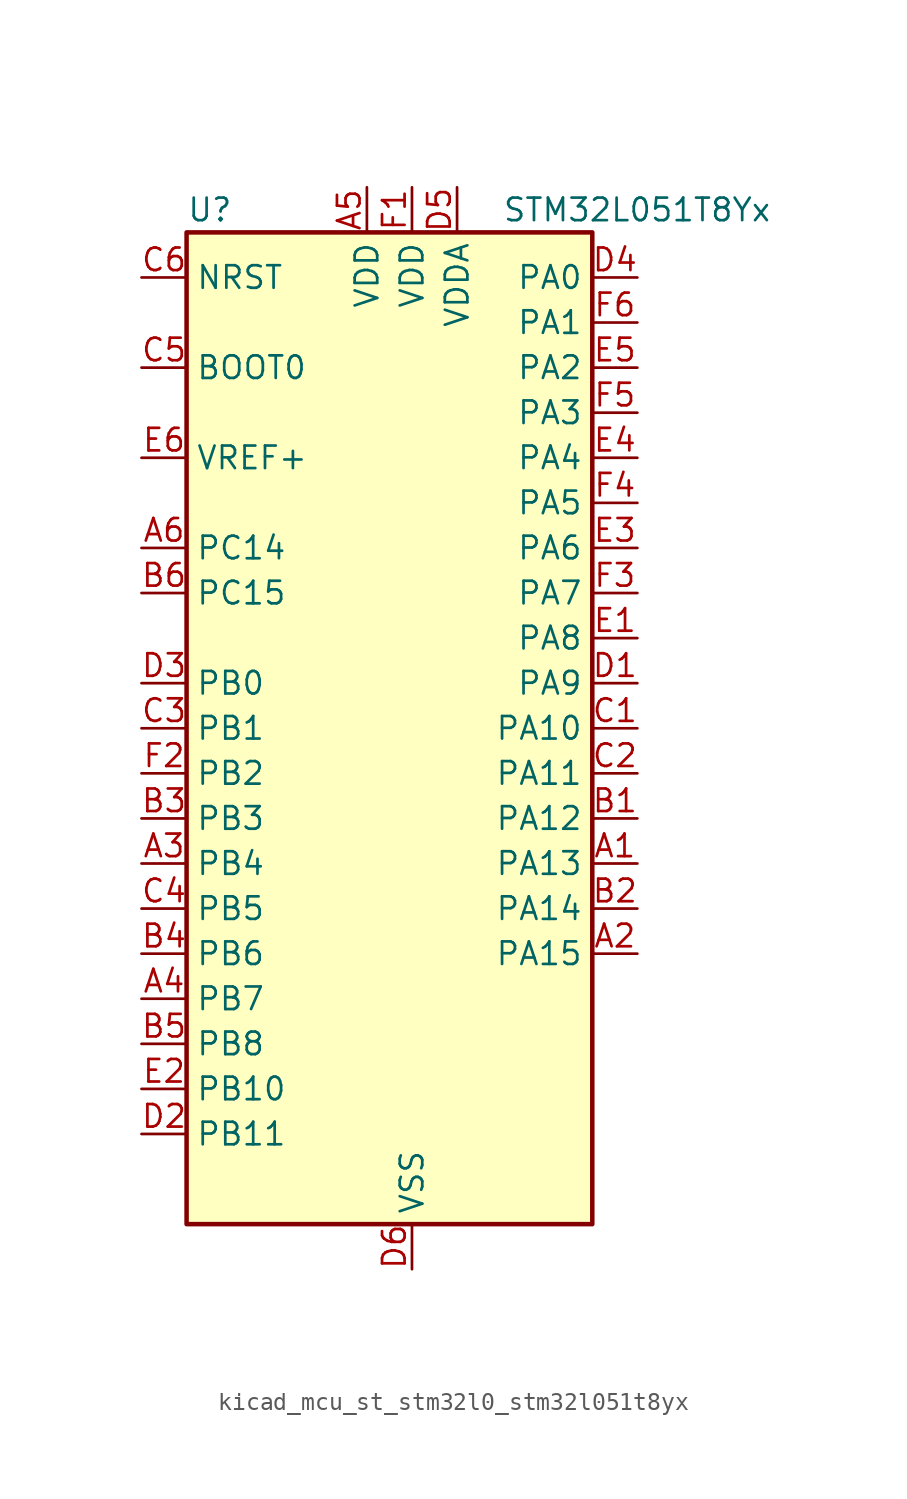
<source format=kicad_sym>
(kicad_symbol_lib
  (version 20220914)
  (generator kicad_symbol_editor)
  (symbol "kicad_mcu_st_stm32l0_stm32l051t8yx"
    (property "Reference" "U"
      (at -10.16 29.21 0)
      (effects (font (size 1.27 1.27)) (justify left)))
    (property "Value" "STM32L051T8Yx"
      (at 7.62 29.21 0)
      (effects (font (size 1.27 1.27)) (justify left)))
    (property "ki_locked" ""
      (at 0 0 0)
      (effects (font (size 1.27 1.27))))
    (symbol "kicad_mcu_st_stm32l0_stm32l051t8yx_0_1"
      (rectangle (start -10.16 -27.94) (end 12.7 27.94) (stroke (width 0.254) (type default)) (fill (type background))))
    (symbol "kicad_mcu_st_stm32l0_stm32l051t8yx_1_1"
      (pin bidirectional line (at 15.24 -7.62 180) (length 2.54) (name "PA13" (effects (font (size 1.27 1.27)))) (number "A1" (effects (font (size 1.27 1.27)))) (alternate "SYS_SWDIO" bidirectional line))
      (pin bidirectional line (at 15.24 -12.7 180) (length 2.54) (name "PA15" (effects (font (size 1.27 1.27)))) (number "A2" (effects (font (size 1.27 1.27)))) (alternate "SPI1_NSS" bidirectional line) (alternate "TIM2_CH1" bidirectional line) (alternate "TIM2_ETR" bidirectional line) (alternate "USART2_RX" bidirectional line))
      (pin bidirectional line (at -12.7 -7.62 0) (length 2.54) (name "PB4" (effects (font (size 1.27 1.27)))) (number "A3" (effects (font (size 1.27 1.27)))) (alternate "COMP2_INP" bidirectional line) (alternate "SPI1_MISO" bidirectional line) (alternate "TIM22_CH1" bidirectional line))
      (pin bidirectional line (at -12.7 -15.24 0) (length 2.54) (name "PB7" (effects (font (size 1.27 1.27)))) (number "A4" (effects (font (size 1.27 1.27)))) (alternate "COMP2_INP" bidirectional line) (alternate "I2C1_SDA" bidirectional line) (alternate "LPTIM1_IN2" bidirectional line) (alternate "SYS_PVD_IN" bidirectional line) (alternate "USART1_RX" bidirectional line))
      (pin power_in line (at 0 30.48 270) (length 2.54) (name "VDD" (effects (font (size 1.27 1.27)))) (number "A5" (effects (font (size 1.27 1.27)))))
      (pin bidirectional line (at -12.7 10.16 0) (length 2.54) (name "PC14" (effects (font (size 1.27 1.27)))) (number "A6" (effects (font (size 1.27 1.27)))) (alternate "RCC_OSC32_IN" bidirectional line))
      (pin bidirectional line (at 15.24 -5.08 180) (length 2.54) (name "PA12" (effects (font (size 1.27 1.27)))) (number "B1" (effects (font (size 1.27 1.27)))) (alternate "COMP2_OUT" bidirectional line) (alternate "SPI1_MOSI" bidirectional line) (alternate "USART1_DE" bidirectional line) (alternate "USART1_RTS" bidirectional line))
      (pin bidirectional line (at 15.24 -10.16 180) (length 2.54) (name "PA14" (effects (font (size 1.27 1.27)))) (number "B2" (effects (font (size 1.27 1.27)))) (alternate "SYS_SWCLK" bidirectional line) (alternate "USART2_TX" bidirectional line))
      (pin bidirectional line (at -12.7 -5.08 0) (length 2.54) (name "PB3" (effects (font (size 1.27 1.27)))) (number "B3" (effects (font (size 1.27 1.27)))) (alternate "COMP2_INM" bidirectional line) (alternate "SPI1_SCK" bidirectional line) (alternate "TIM2_CH2" bidirectional line))
      (pin bidirectional line (at -12.7 -12.7 0) (length 2.54) (name "PB6" (effects (font (size 1.27 1.27)))) (number "B4" (effects (font (size 1.27 1.27)))) (alternate "COMP2_INP" bidirectional line) (alternate "I2C1_SCL" bidirectional line) (alternate "LPTIM1_ETR" bidirectional line) (alternate "USART1_TX" bidirectional line))
      (pin bidirectional line (at -12.7 -17.78 0) (length 2.54) (name "PB8" (effects (font (size 1.27 1.27)))) (number "B5" (effects (font (size 1.27 1.27)))) (alternate "I2C1_SCL" bidirectional line))
      (pin bidirectional line (at -12.7 7.62 0) (length 2.54) (name "PC15" (effects (font (size 1.27 1.27)))) (number "B6" (effects (font (size 1.27 1.27)))) (alternate "RCC_OSC32_OUT" bidirectional line))
      (pin bidirectional line (at 15.24 0 180) (length 2.54) (name "PA10" (effects (font (size 1.27 1.27)))) (number "C1" (effects (font (size 1.27 1.27)))) (alternate "USART1_RX" bidirectional line))
      (pin bidirectional line (at 15.24 -2.54 180) (length 2.54) (name "PA11" (effects (font (size 1.27 1.27)))) (number "C2" (effects (font (size 1.27 1.27)))) (alternate "ADC_EXTI11" bidirectional line) (alternate "COMP1_OUT" bidirectional line) (alternate "SPI1_MISO" bidirectional line) (alternate "USART1_CTS" bidirectional line))
      (pin bidirectional line (at -12.7 0 0) (length 2.54) (name "PB1" (effects (font (size 1.27 1.27)))) (number "C3" (effects (font (size 1.27 1.27)))) (alternate "ADC_IN9" bidirectional line) (alternate "LPUART1_DE" bidirectional line) (alternate "LPUART1_RTS" bidirectional line) (alternate "SYS_VREF_OUT_PB1" bidirectional line))
      (pin bidirectional line (at -12.7 -10.16 0) (length 2.54) (name "PB5" (effects (font (size 1.27 1.27)))) (number "C4" (effects (font (size 1.27 1.27)))) (alternate "COMP2_INP" bidirectional line) (alternate "I2C1_SMBA" bidirectional line) (alternate "LPTIM1_IN1" bidirectional line) (alternate "SPI1_MOSI" bidirectional line) (alternate "TIM22_CH2" bidirectional line))
      (pin input line (at -12.7 20.32 0) (length 2.54) (name "BOOT0" (effects (font (size 1.27 1.27)))) (number "C5" (effects (font (size 1.27 1.27)))))
      (pin input line (at -12.7 25.4 0) (length 2.54) (name "NRST" (effects (font (size 1.27 1.27)))) (number "C6" (effects (font (size 1.27 1.27)))))
      (pin bidirectional line (at 15.24 2.54 180) (length 2.54) (name "PA9" (effects (font (size 1.27 1.27)))) (number "D1" (effects (font (size 1.27 1.27)))) (alternate "RCC_MCO" bidirectional line) (alternate "USART1_TX" bidirectional line))
      (pin bidirectional line (at -12.7 -22.86 0) (length 2.54) (name "PB11" (effects (font (size 1.27 1.27)))) (number "D2" (effects (font (size 1.27 1.27)))) (alternate "ADC_EXTI11" bidirectional line) (alternate "I2C2_SDA" bidirectional line) (alternate "LPUART1_RX" bidirectional line) (alternate "TIM2_CH4" bidirectional line))
      (pin bidirectional line (at -12.7 2.54 0) (length 2.54) (name "PB0" (effects (font (size 1.27 1.27)))) (number "D3" (effects (font (size 1.27 1.27)))) (alternate "ADC_IN8" bidirectional line) (alternate "SYS_VREF_OUT_PB0" bidirectional line))
      (pin bidirectional line (at 15.24 25.4 180) (length 2.54) (name "PA0" (effects (font (size 1.27 1.27)))) (number "D4" (effects (font (size 1.27 1.27)))) (alternate "ADC_IN0" bidirectional line) (alternate "COMP1_INM" bidirectional line) (alternate "COMP1_OUT" bidirectional line) (alternate "RTC_TAMP2" bidirectional line) (alternate "SYS_WKUP1" bidirectional line) (alternate "TIM2_CH1" bidirectional line) (alternate "TIM2_ETR" bidirectional line) (alternate "USART2_CTS" bidirectional line))
      (pin power_in line (at 5.08 30.48 270) (length 2.54) (name "VDDA" (effects (font (size 1.27 1.27)))) (number "D5" (effects (font (size 1.27 1.27)))))
      (pin power_in line (at 2.54 -30.48 90) (length 2.54) (name "VSS" (effects (font (size 1.27 1.27)))) (number "D6" (effects (font (size 1.27 1.27)))))
      (pin bidirectional line (at 15.24 5.08 180) (length 2.54) (name "PA8" (effects (font (size 1.27 1.27)))) (number "E1" (effects (font (size 1.27 1.27)))) (alternate "CRS_SYNC" bidirectional line) (alternate "RCC_MCO" bidirectional line) (alternate "USART1_CK" bidirectional line))
      (pin bidirectional line (at -12.7 -20.32 0) (length 2.54) (name "PB10" (effects (font (size 1.27 1.27)))) (number "E2" (effects (font (size 1.27 1.27)))) (alternate "I2C2_SCL" bidirectional line) (alternate "LPUART1_TX" bidirectional line) (alternate "TIM2_CH3" bidirectional line))
      (pin bidirectional line (at 15.24 10.16 180) (length 2.54) (name "PA6" (effects (font (size 1.27 1.27)))) (number "E3" (effects (font (size 1.27 1.27)))) (alternate "ADC_IN6" bidirectional line) (alternate "COMP1_OUT" bidirectional line) (alternate "LPUART1_CTS" bidirectional line) (alternate "SPI1_MISO" bidirectional line) (alternate "TIM22_CH1" bidirectional line))
      (pin bidirectional line (at 15.24 15.24 180) (length 2.54) (name "PA4" (effects (font (size 1.27 1.27)))) (number "E4" (effects (font (size 1.27 1.27)))) (alternate "ADC_IN4" bidirectional line) (alternate "COMP1_INM" bidirectional line) (alternate "COMP2_INM" bidirectional line) (alternate "SPI1_NSS" bidirectional line) (alternate "TIM22_ETR" bidirectional line) (alternate "USART2_CK" bidirectional line))
      (pin bidirectional line (at 15.24 20.32 180) (length 2.54) (name "PA2" (effects (font (size 1.27 1.27)))) (number "E5" (effects (font (size 1.27 1.27)))) (alternate "ADC_IN2" bidirectional line) (alternate "COMP2_INM" bidirectional line) (alternate "COMP2_OUT" bidirectional line) (alternate "TIM21_CH1" bidirectional line) (alternate "TIM2_CH3" bidirectional line) (alternate "USART2_TX" bidirectional line))
      (pin input line (at -12.7 15.24 0) (length 2.54) (name "VREF+" (effects (font (size 1.27 1.27)))) (number "E6" (effects (font (size 1.27 1.27)))))
      (pin power_in line (at 2.54 30.48 270) (length 2.54) (name "VDD" (effects (font (size 1.27 1.27)))) (number "F1" (effects (font (size 1.27 1.27)))))
      (pin bidirectional line (at -12.7 -2.54 0) (length 2.54) (name "PB2" (effects (font (size 1.27 1.27)))) (number "F2" (effects (font (size 1.27 1.27)))) (alternate "LPTIM1_OUT" bidirectional line))
      (pin bidirectional line (at 15.24 7.62 180) (length 2.54) (name "PA7" (effects (font (size 1.27 1.27)))) (number "F3" (effects (font (size 1.27 1.27)))) (alternate "ADC_IN7" bidirectional line) (alternate "COMP2_OUT" bidirectional line) (alternate "SPI1_MOSI" bidirectional line) (alternate "TIM22_CH2" bidirectional line))
      (pin bidirectional line (at 15.24 12.7 180) (length 2.54) (name "PA5" (effects (font (size 1.27 1.27)))) (number "F4" (effects (font (size 1.27 1.27)))) (alternate "ADC_IN5" bidirectional line) (alternate "COMP1_INM" bidirectional line) (alternate "COMP2_INM" bidirectional line) (alternate "SPI1_SCK" bidirectional line) (alternate "TIM2_CH1" bidirectional line) (alternate "TIM2_ETR" bidirectional line))
      (pin bidirectional line (at 15.24 17.78 180) (length 2.54) (name "PA3" (effects (font (size 1.27 1.27)))) (number "F5" (effects (font (size 1.27 1.27)))) (alternate "ADC_IN3" bidirectional line) (alternate "COMP2_INP" bidirectional line) (alternate "TIM21_CH2" bidirectional line) (alternate "TIM2_CH4" bidirectional line) (alternate "USART2_RX" bidirectional line))
      (pin bidirectional line (at 15.24 22.86 180) (length 2.54) (name "PA1" (effects (font (size 1.27 1.27)))) (number "F6" (effects (font (size 1.27 1.27)))) (alternate "ADC_IN1" bidirectional line) (alternate "COMP1_INP" bidirectional line) (alternate "TIM21_ETR" bidirectional line) (alternate "TIM2_CH2" bidirectional line) (alternate "USART2_DE" bidirectional line) (alternate "USART2_RTS" bidirectional line)))))
</source>
